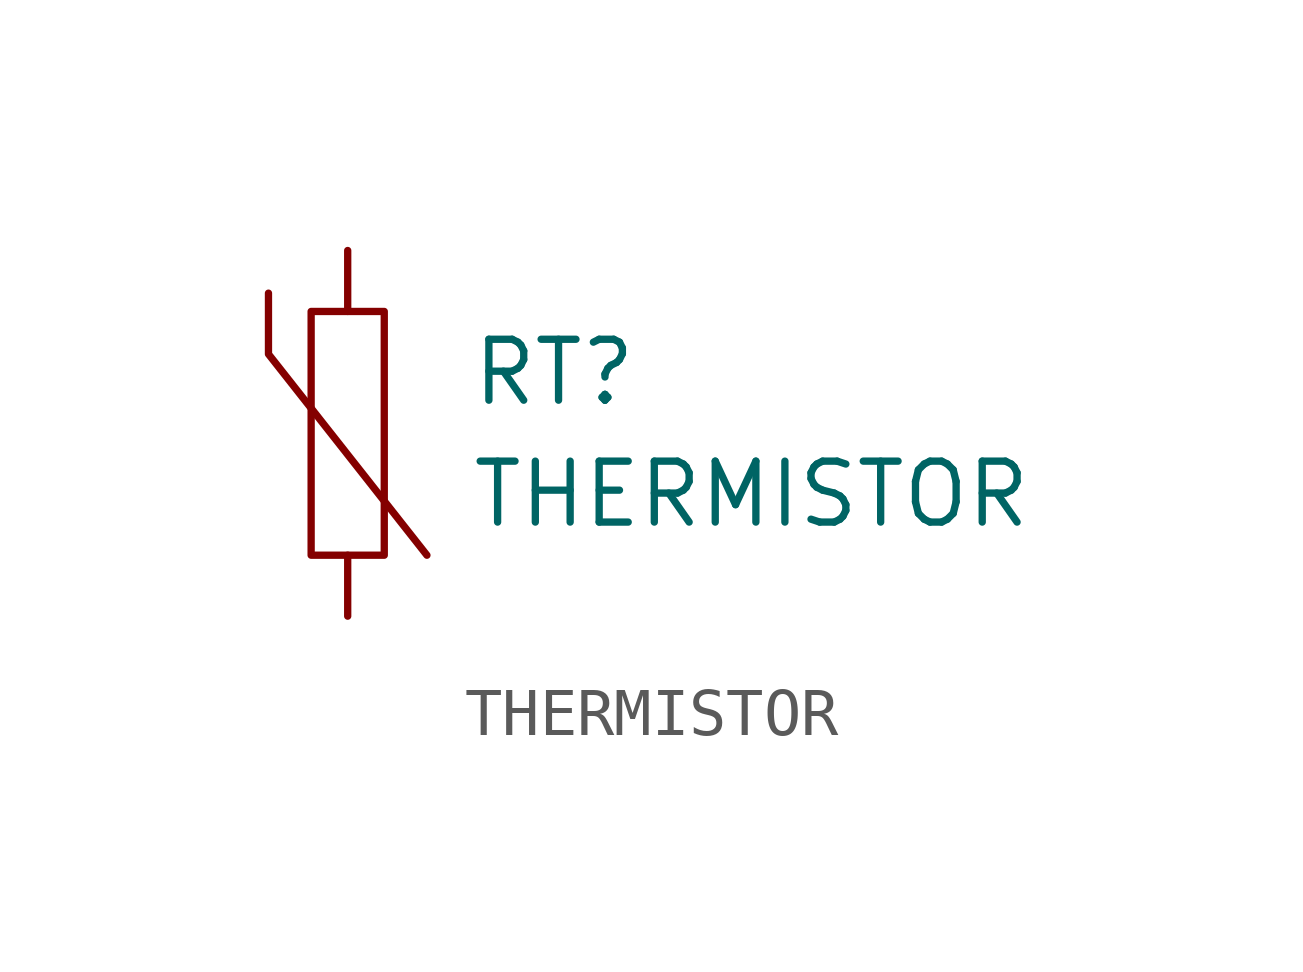
<source format=kicad_sym>
(kicad_symbol_lib
  (version 20211014)
  (generator kicad_symbol_editor)
  (symbol "THERMISTOR"
    (pin_numbers hide)
    (pin_names
      (offset 1.016) hide)
    (property "Reference" "RT"
      (at 2.54 1.27 0)
      (effects (font (size 1.27 1.27)) (justify left)))
    (property "Value" "THERMISTOR"
      (at 2.54 -1.27 0)
      (effects (font (size 1.27 1.27)) (justify left)))
    (symbol "THERMISTOR_0_1"
      (rectangle (start -0.762 2.54) (end 0.762 -2.54) (stroke (width 0) (type default) (color 0 0 0 0)) (fill (type none)))
      (polyline (pts (xy -1.651 2.921) (xy -1.651 1.651) (xy 1.651 -2.54)) (stroke (width 0) (type default) (color 0 0 0 0)) (fill (type none))))
    (symbol "THERMISTOR_1_1"
      (pin passive line (at 0 3.81 270) (length 1.27) (name "~" (effects (font (size 1.27 1.27)))) (number "1" (effects (font (size 1.27 1.27)))))
      (pin passive line (at 0 -3.81 90) (length 1.27) (name "~" (effects (font (size 1.27 1.27)))) (number "2" (effects (font (size 1.27 1.27))))))))
</source>
